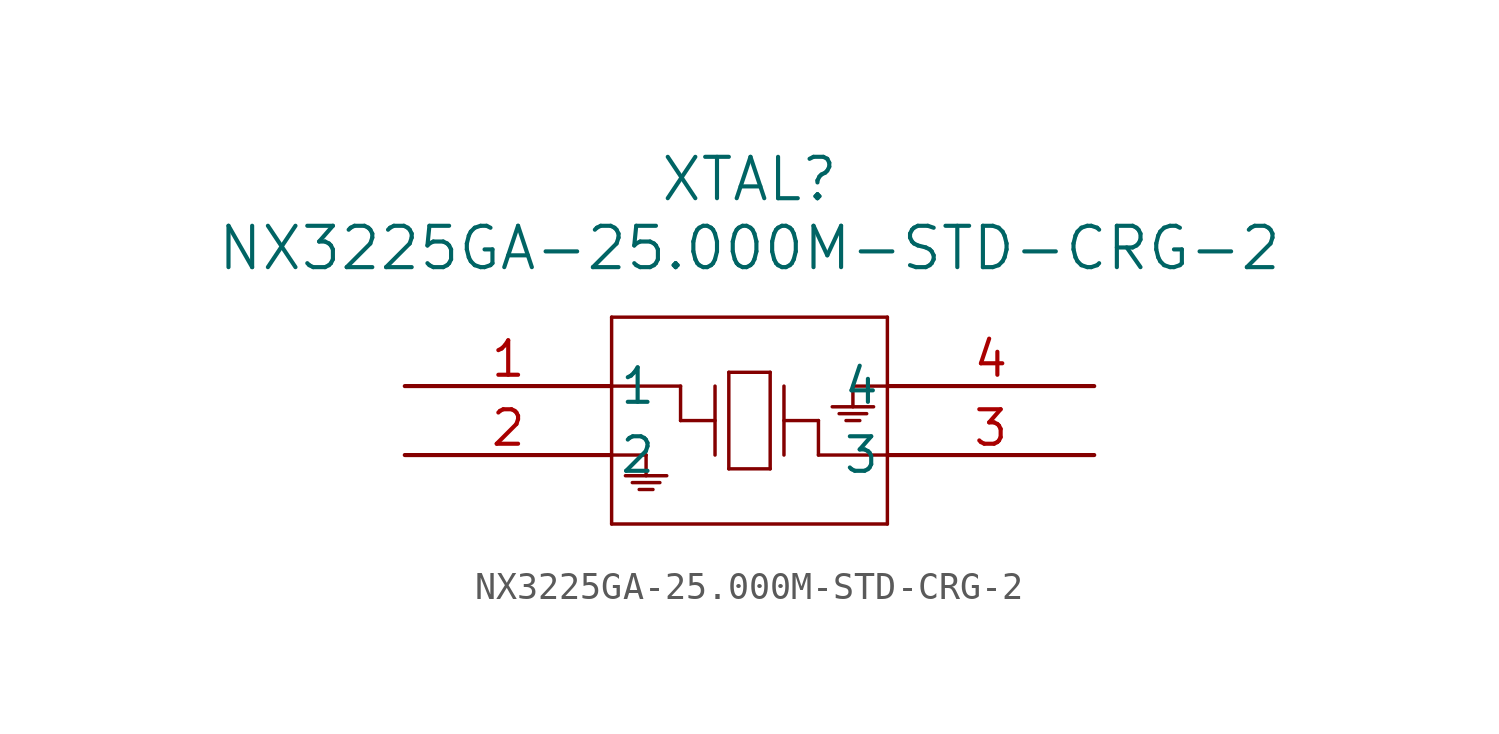
<source format=kicad_sym>
(kicad_symbol_lib
  (version 20211014)
  (generator kicad_symbol_editor)
  (symbol "NX3225GA-25.000M-STD-CRG-2"
    (pin_names
      (offset 0.254))
    (property "Reference" "XTAL"
      (at 12.7 7.62 0)
      (effects (font (size 1.524 1.524))))
    (property "Value" "NX3225GA-25.000M-STD-CRG-2"
      (at 12.7 5.08 0)
      (effects (font (size 1.524 1.524))))
    (symbol "NX3225GA-25.000M-STD-CRG-2_0_1"
      (polyline (pts (xy 7.62 2.54) (xy 7.62 -5.08)) (stroke (width 0.127) (type default) (color 0 0 0 0)) (fill (type none)))
      (polyline (pts (xy 7.62 -5.08) (xy 17.78 -5.08)) (stroke (width 0.127) (type default) (color 0 0 0 0)) (fill (type none)))
      (polyline (pts (xy 17.78 -5.08) (xy 17.78 2.54)) (stroke (width 0.127) (type default) (color 0 0 0 0)) (fill (type none)))
      (polyline (pts (xy 17.78 2.54) (xy 7.62 2.54)) (stroke (width 0.127) (type default) (color 0 0 0 0)) (fill (type none)))
      (polyline (pts (xy 11.43 0) (xy 11.43 -2.54)) (stroke (width 0.127) (type default) (color 0 0 0 0)) (fill (type none)))
      (polyline (pts (xy 11.43 -1.27) (xy 10.16 -1.27)) (stroke (width 0.127) (type default) (color 0 0 0 0)) (fill (type none)))
      (polyline (pts (xy 10.16 -1.27) (xy 10.16 0)) (stroke (width 0.127) (type default) (color 0 0 0 0)) (fill (type none)))
      (polyline (pts (xy 10.16 0) (xy 7.62 0)) (stroke (width 0.127) (type default) (color 0 0 0 0)) (fill (type none)))
      (polyline (pts (xy 13.97 0) (xy 13.97 -2.54)) (stroke (width 0.127) (type default) (color 0 0 0 0)) (fill (type none)))
      (polyline (pts (xy 13.97 -1.27) (xy 15.24 -1.27)) (stroke (width 0.127) (type default) (color 0 0 0 0)) (fill (type none)))
      (polyline (pts (xy 15.24 -1.27) (xy 15.24 -2.54)) (stroke (width 0.127) (type default) (color 0 0 0 0)) (fill (type none)))
      (polyline (pts (xy 15.24 -2.54) (xy 17.78 -2.54)) (stroke (width 0.127) (type default) (color 0 0 0 0)) (fill (type none)))
      (polyline (pts (xy 11.938 0.508) (xy 11.938 -3.048)) (stroke (width 0.127) (type default) (color 0 0 0 0)) (fill (type none)))
      (polyline (pts (xy 11.938 -3.048) (xy 13.462 -3.048)) (stroke (width 0.127) (type default) (color 0 0 0 0)) (fill (type none)))
      (polyline (pts (xy 13.462 -3.048) (xy 13.462 0.508)) (stroke (width 0.127) (type default) (color 0 0 0 0)) (fill (type none)))
      (polyline (pts (xy 13.462 0.508) (xy 11.938 0.508)) (stroke (width 0.127) (type default) (color 0 0 0 0)) (fill (type none)))
      (polyline (pts (xy 7.62 -2.54) (xy 8.89 -2.54)) (stroke (width 0.127) (type default) (color 0 0 0 0)) (fill (type none)))
      (polyline (pts (xy 8.89 -2.54) (xy 8.89 -3.302)) (stroke (width 0.127) (type default) (color 0 0 0 0)) (fill (type none)))
      (polyline (pts (xy 8.636 -3.81) (xy 9.144 -3.81)) (stroke (width 0.127) (type default) (color 0 0 0 0)) (fill (type none)))
      (polyline (pts (xy 8.382 -3.556) (xy 9.398 -3.556)) (stroke (width 0.127) (type default) (color 0 0 0 0)) (fill (type none)))
      (polyline (pts (xy 8.128 -3.302) (xy 9.652 -3.302)) (stroke (width 0.127) (type default) (color 0 0 0 0)) (fill (type none)))
      (polyline (pts (xy 17.78 0) (xy 16.51 0)) (stroke (width 0.127) (type default) (color 0 0 0 0)) (fill (type none)))
      (polyline (pts (xy 16.51 0) (xy 16.51 -0.762)) (stroke (width 0.127) (type default) (color 0 0 0 0)) (fill (type none)))
      (polyline (pts (xy 16.764 -1.27) (xy 16.256 -1.27)) (stroke (width 0.127) (type default) (color 0 0 0 0)) (fill (type none)))
      (polyline (pts (xy 17.018 -1.016) (xy 16.002 -1.016)) (stroke (width 0.127) (type default) (color 0 0 0 0)) (fill (type none)))
      (polyline (pts (xy 17.272 -0.762) (xy 15.748 -0.762)) (stroke (width 0.127) (type default) (color 0 0 0 0)) (fill (type none)))
      (pin unspecified line (at 0 0 0) (length 7.62) (name "1" (effects (font (size 1.27 1.27)))) (number "1" (effects (font (size 1.27 1.27)))))
      (pin unspecified line (at 0 -2.54 0) (length 7.62) (name "2" (effects (font (size 1.27 1.27)))) (number "2" (effects (font (size 1.27 1.27)))))
      (pin unspecified line (at 25.4 -2.54 180) (length 7.62) (name "3" (effects (font (size 1.27 1.27)))) (number "3" (effects (font (size 1.27 1.27)))))
      (pin unspecified line (at 25.4 0 180) (length 7.62) (name "4" (effects (font (size 1.27 1.27)))) (number "4" (effects (font (size 1.27 1.27))))))))
</source>
